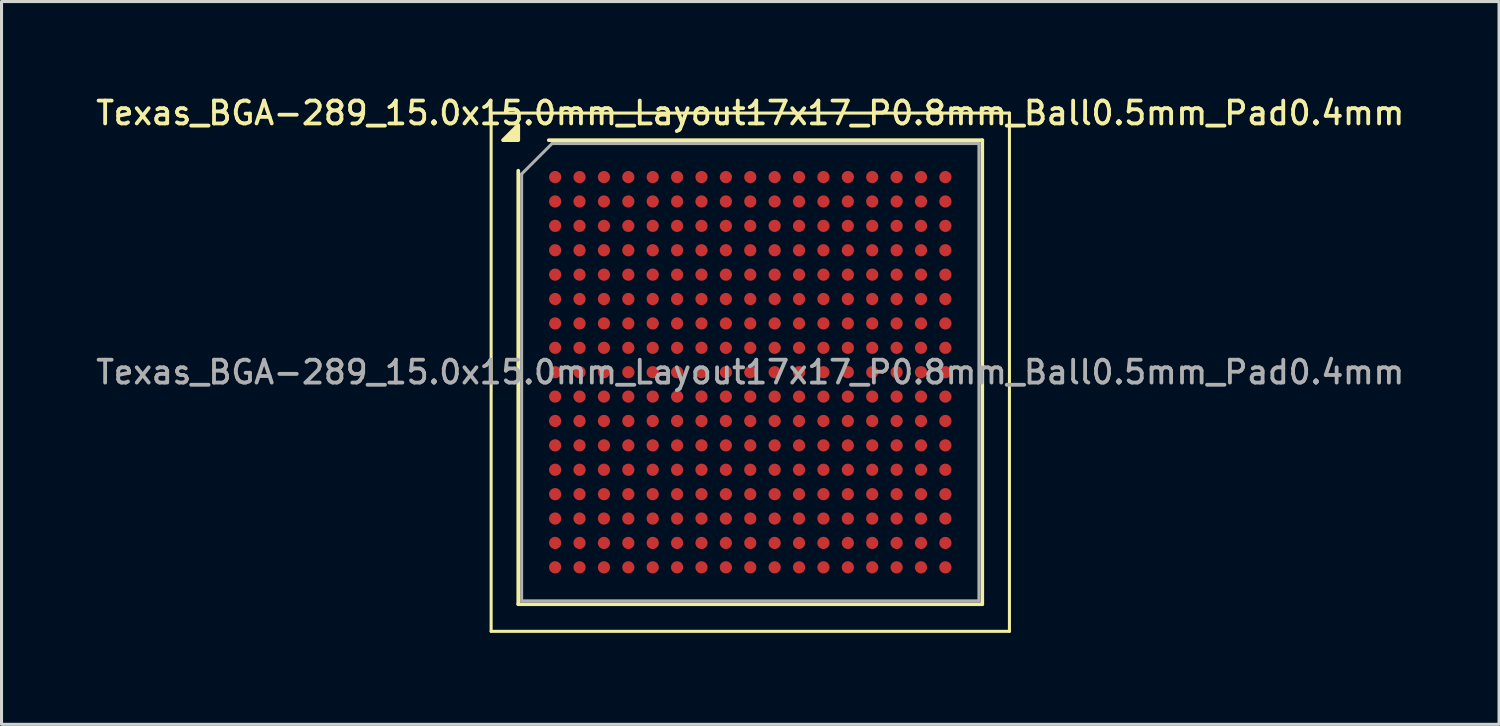
<source format=kicad_pcb>
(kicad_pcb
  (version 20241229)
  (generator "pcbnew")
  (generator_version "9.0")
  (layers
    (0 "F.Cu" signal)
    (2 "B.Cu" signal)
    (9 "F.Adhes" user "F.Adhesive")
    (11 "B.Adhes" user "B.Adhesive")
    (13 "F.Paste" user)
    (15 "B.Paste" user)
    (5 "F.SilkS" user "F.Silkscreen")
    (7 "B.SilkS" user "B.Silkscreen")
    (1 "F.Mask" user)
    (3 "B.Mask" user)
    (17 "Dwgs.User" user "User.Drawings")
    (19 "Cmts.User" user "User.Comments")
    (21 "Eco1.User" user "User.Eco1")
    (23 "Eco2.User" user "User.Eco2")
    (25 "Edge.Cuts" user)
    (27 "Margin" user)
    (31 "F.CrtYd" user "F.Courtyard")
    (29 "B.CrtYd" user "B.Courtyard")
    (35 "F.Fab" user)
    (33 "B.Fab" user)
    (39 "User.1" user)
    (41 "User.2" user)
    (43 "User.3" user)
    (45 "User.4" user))
  (footprint "Texas_BGA-289_15.0x15.0mm_Layout17x17_P0.8mm_Ball0.5mm_Pad0.4mm"
    (layer "F.Cu")
    (at 21.559 9.158)
    (property "Reference" "Texas_BGA-289_15.0x15.0mm_Layout17x17_P0.8mm_Ball0.5mm_Pad0.4mm" (at 0 -8.5 0) (layer "F.SilkS") (effects (font (size 0.75 0.75) (thickness 0.125))))
    (attr smd)
    (fp_line (start -8.5 -8.5) (end -8.5 8.5) (stroke (width 0.1) (type solid)) (layer "F.SilkS"))
    (fp_line (start -8.5 8.5) (end 8.5 8.5) (stroke (width 0.1) (type solid)) (layer "F.SilkS"))
    (fp_line (start -7.61 7.61) (end -7.61 -6.61) (stroke (width 0.12) (type solid)) (layer "F.SilkS"))
    (fp_line (start -6.61 -7.61) (end 7.61 -7.61) (stroke (width 0.12) (type solid)) (layer "F.SilkS"))
    (fp_line (start 7.61 -7.61) (end 7.61 7.61) (stroke (width 0.12) (type solid)) (layer "F.SilkS"))
    (fp_line (start 7.61 7.61) (end -7.61 7.61) (stroke (width 0.12) (type solid)) (layer "F.SilkS"))
    (fp_line (start 8.5 -8.5) (end -8.5 -8.5) (stroke (width 0.1) (type solid)) (layer "F.SilkS"))
    (fp_line (start 8.5 8.5) (end 8.5 -8.5) (stroke (width 0.1) (type solid)) (layer "F.SilkS"))
    (fp_poly (pts (xy -7.61 -7.61) (xy -8.11 -7.61) (xy -7.61 -8.11) (xy -7.61 -7.61)) (stroke (width 0.12) (type solid)) (fill yes) (layer "F.SilkS"))
    (fp_line (start -7.5 -6.5) (end -6.5 -7.5) (stroke (width 0.1) (type solid)) (layer "F.Fab"))
    (fp_line (start -7.5 7.5) (end -7.5 -6.5) (stroke (width 0.1) (type solid)) (layer "F.Fab"))
    (fp_line (start -6.5 -7.5) (end 7.5 -7.5) (stroke (width 0.1) (type solid)) (layer "F.Fab"))
    (fp_line (start 7.5 -7.5) (end 7.5 7.5) (stroke (width 0.1) (type solid)) (layer "F.Fab"))
    (fp_line (start 7.5 7.5) (end -7.5 7.5) (stroke (width 0.1) (type solid)) (layer "F.Fab"))
    (fp_text user "${REFERENCE}" (at 0 0 0) (layer "F.Fab") (effects (font (size 0.75 0.75) (thickness 0.125))))
    (pad "A1" smd circle (at -6.4 -6.4) (size 0.4 0.4) (property pad_prop_bga) (layers "F.Cu" "F.Mask" "F.Paste"))
    (pad "A2" smd circle (at -5.6 -6.4) (size 0.4 0.4) (property pad_prop_bga) (layers "F.Cu" "F.Mask" "F.Paste"))
    (pad "A3" smd circle (at -4.8 -6.4) (size 0.4 0.4) (property pad_prop_bga) (layers "F.Cu" "F.Mask" "F.Paste"))
    (pad "A4" smd circle (at -4 -6.4) (size 0.4 0.4) (property pad_prop_bga) (layers "F.Cu" "F.Mask" "F.Paste"))
    (pad "A5" smd circle (at -3.2 -6.4) (size 0.4 0.4) (property pad_prop_bga) (layers "F.Cu" "F.Mask" "F.Paste"))
    (pad "A6" smd circle (at -2.4 -6.4) (size 0.4 0.4) (property pad_prop_bga) (layers "F.Cu" "F.Mask" "F.Paste"))
    (pad "A7" smd circle (at -1.6 -6.4) (size 0.4 0.4) (property pad_prop_bga) (layers "F.Cu" "F.Mask" "F.Paste"))
    (pad "A8" smd circle (at -0.8 -6.4) (size 0.4 0.4) (property pad_prop_bga) (layers "F.Cu" "F.Mask" "F.Paste"))
    (pad "A9" smd circle (at 0 -6.4) (size 0.4 0.4) (property pad_prop_bga) (layers "F.Cu" "F.Mask" "F.Paste"))
    (pad "A10" smd circle (at 0.8 -6.4) (size 0.4 0.4) (property pad_prop_bga) (layers "F.Cu" "F.Mask" "F.Paste"))
    (pad "A11" smd circle (at 1.6 -6.4) (size 0.4 0.4) (property pad_prop_bga) (layers "F.Cu" "F.Mask" "F.Paste"))
    (pad "A12" smd circle (at 2.4 -6.4) (size 0.4 0.4) (property pad_prop_bga) (layers "F.Cu" "F.Mask" "F.Paste"))
    (pad "A13" smd circle (at 3.2 -6.4) (size 0.4 0.4) (property pad_prop_bga) (layers "F.Cu" "F.Mask" "F.Paste"))
    (pad "A14" smd circle (at 4 -6.4) (size 0.4 0.4) (property pad_prop_bga) (layers "F.Cu" "F.Mask" "F.Paste"))
    (pad "A15" smd circle (at 4.8 -6.4) (size 0.4 0.4) (property pad_prop_bga) (layers "F.Cu" "F.Mask" "F.Paste"))
    (pad "A16" smd circle (at 5.6 -6.4) (size 0.4 0.4) (property pad_prop_bga) (layers "F.Cu" "F.Mask" "F.Paste"))
    (pad "A17" smd circle (at 6.4 -6.4) (size 0.4 0.4) (property pad_prop_bga) (layers "F.Cu" "F.Mask" "F.Paste"))
    (pad "B1" smd circle (at -6.4 -5.6) (size 0.4 0.4) (property pad_prop_bga) (layers "F.Cu" "F.Mask" "F.Paste"))
    (pad "B2" smd circle (at -5.6 -5.6) (size 0.4 0.4) (property pad_prop_bga) (layers "F.Cu" "F.Mask" "F.Paste"))
    (pad "B3" smd circle (at -4.8 -5.6) (size 0.4 0.4) (property pad_prop_bga) (layers "F.Cu" "F.Mask" "F.Paste"))
    (pad "B4" smd circle (at -4 -5.6) (size 0.4 0.4) (property pad_prop_bga) (layers "F.Cu" "F.Mask" "F.Paste"))
    (pad "B5" smd circle (at -3.2 -5.6) (size 0.4 0.4) (property pad_prop_bga) (layers "F.Cu" "F.Mask" "F.Paste"))
    (pad "B6" smd circle (at -2.4 -5.6) (size 0.4 0.4) (property pad_prop_bga) (layers "F.Cu" "F.Mask" "F.Paste"))
    (pad "B7" smd circle (at -1.6 -5.6) (size 0.4 0.4) (property pad_prop_bga) (layers "F.Cu" "F.Mask" "F.Paste"))
    (pad "B8" smd circle (at -0.8 -5.6) (size 0.4 0.4) (property pad_prop_bga) (layers "F.Cu" "F.Mask" "F.Paste"))
    (pad "B9" smd circle (at 0 -5.6) (size 0.4 0.4) (property pad_prop_bga) (layers "F.Cu" "F.Mask" "F.Paste"))
    (pad "B10" smd circle (at 0.8 -5.6) (size 0.4 0.4) (property pad_prop_bga) (layers "F.Cu" "F.Mask" "F.Paste"))
    (pad "B11" smd circle (at 1.6 -5.6) (size 0.4 0.4) (property pad_prop_bga) (layers "F.Cu" "F.Mask" "F.Paste"))
    (pad "B12" smd circle (at 2.4 -5.6) (size 0.4 0.4) (property pad_prop_bga) (layers "F.Cu" "F.Mask" "F.Paste"))
    (pad "B13" smd circle (at 3.2 -5.6) (size 0.4 0.4) (property pad_prop_bga) (layers "F.Cu" "F.Mask" "F.Paste"))
    (pad "B14" smd circle (at 4 -5.6) (size 0.4 0.4) (property pad_prop_bga) (layers "F.Cu" "F.Mask" "F.Paste"))
    (pad "B15" smd circle (at 4.8 -5.6) (size 0.4 0.4) (property pad_prop_bga) (layers "F.Cu" "F.Mask" "F.Paste"))
    (pad "B16" smd circle (at 5.6 -5.6) (size 0.4 0.4) (property pad_prop_bga) (layers "F.Cu" "F.Mask" "F.Paste"))
    (pad "B17" smd circle (at 6.4 -5.6) (size 0.4 0.4) (property pad_prop_bga) (layers "F.Cu" "F.Mask" "F.Paste"))
    (pad "C1" smd circle (at -6.4 -4.8) (size 0.4 0.4) (property pad_prop_bga) (layers "F.Cu" "F.Mask" "F.Paste"))
    (pad "C2" smd circle (at -5.6 -4.8) (size 0.4 0.4) (property pad_prop_bga) (layers "F.Cu" "F.Mask" "F.Paste"))
    (pad "C3" smd circle (at -4.8 -4.8) (size 0.4 0.4) (property pad_prop_bga) (layers "F.Cu" "F.Mask" "F.Paste"))
    (pad "C4" smd circle (at -4 -4.8) (size 0.4 0.4) (property pad_prop_bga) (layers "F.Cu" "F.Mask" "F.Paste"))
    (pad "C5" smd circle (at -3.2 -4.8) (size 0.4 0.4) (property pad_prop_bga) (layers "F.Cu" "F.Mask" "F.Paste"))
    (pad "C6" smd circle (at -2.4 -4.8) (size 0.4 0.4) (property pad_prop_bga) (layers "F.Cu" "F.Mask" "F.Paste"))
    (pad "C7" smd circle (at -1.6 -4.8) (size 0.4 0.4) (property pad_prop_bga) (layers "F.Cu" "F.Mask" "F.Paste"))
    (pad "C8" smd circle (at -0.8 -4.8) (size 0.4 0.4) (property pad_prop_bga) (layers "F.Cu" "F.Mask" "F.Paste"))
    (pad "C9" smd circle (at 0 -4.8) (size 0.4 0.4) (property pad_prop_bga) (layers "F.Cu" "F.Mask" "F.Paste"))
    (pad "C10" smd circle (at 0.8 -4.8) (size 0.4 0.4) (property pad_prop_bga) (layers "F.Cu" "F.Mask" "F.Paste"))
    (pad "C11" smd circle (at 1.6 -4.8) (size 0.4 0.4) (property pad_prop_bga) (layers "F.Cu" "F.Mask" "F.Paste"))
    (pad "C12" smd circle (at 2.4 -4.8) (size 0.4 0.4) (property pad_prop_bga) (layers "F.Cu" "F.Mask" "F.Paste"))
    (pad "C13" smd circle (at 3.2 -4.8) (size 0.4 0.4) (property pad_prop_bga) (layers "F.Cu" "F.Mask" "F.Paste"))
    (pad "C14" smd circle (at 4 -4.8) (size 0.4 0.4) (property pad_prop_bga) (layers "F.Cu" "F.Mask" "F.Paste"))
    (pad "C15" smd circle (at 4.8 -4.8) (size 0.4 0.4) (property pad_prop_bga) (layers "F.Cu" "F.Mask" "F.Paste"))
    (pad "C16" smd circle (at 5.6 -4.8) (size 0.4 0.4) (property pad_prop_bga) (layers "F.Cu" "F.Mask" "F.Paste"))
    (pad "C17" smd circle (at 6.4 -4.8) (size 0.4 0.4) (property pad_prop_bga) (layers "F.Cu" "F.Mask" "F.Paste"))
    (pad "D1" smd circle (at -6.4 -4) (size 0.4 0.4) (property pad_prop_bga) (layers "F.Cu" "F.Mask" "F.Paste"))
    (pad "D2" smd circle (at -5.6 -4) (size 0.4 0.4) (property pad_prop_bga) (layers "F.Cu" "F.Mask" "F.Paste"))
    (pad "D3" smd circle (at -4.8 -4) (size 0.4 0.4) (property pad_prop_bga) (layers "F.Cu" "F.Mask" "F.Paste"))
    (pad "D4" smd circle (at -4 -4) (size 0.4 0.4) (property pad_prop_bga) (layers "F.Cu" "F.Mask" "F.Paste"))
    (pad "D5" smd circle (at -3.2 -4) (size 0.4 0.4) (property pad_prop_bga) (layers "F.Cu" "F.Mask" "F.Paste"))
    (pad "D6" smd circle (at -2.4 -4) (size 0.4 0.4) (property pad_prop_bga) (layers "F.Cu" "F.Mask" "F.Paste"))
    (pad "D7" smd circle (at -1.6 -4) (size 0.4 0.4) (property pad_prop_bga) (layers "F.Cu" "F.Mask" "F.Paste"))
    (pad "D8" smd circle (at -0.8 -4) (size 0.4 0.4) (property pad_prop_bga) (layers "F.Cu" "F.Mask" "F.Paste"))
    (pad "D9" smd circle (at 0 -4) (size 0.4 0.4) (property pad_prop_bga) (layers "F.Cu" "F.Mask" "F.Paste"))
    (pad "D10" smd circle (at 0.8 -4) (size 0.4 0.4) (property pad_prop_bga) (layers "F.Cu" "F.Mask" "F.Paste"))
    (pad "D11" smd circle (at 1.6 -4) (size 0.4 0.4) (property pad_prop_bga) (layers "F.Cu" "F.Mask" "F.Paste"))
    (pad "D12" smd circle (at 2.4 -4) (size 0.4 0.4) (property pad_prop_bga) (layers "F.Cu" "F.Mask" "F.Paste"))
    (pad "D13" smd circle (at 3.2 -4) (size 0.4 0.4) (property pad_prop_bga) (layers "F.Cu" "F.Mask" "F.Paste"))
    (pad "D14" smd circle (at 4 -4) (size 0.4 0.4) (property pad_prop_bga) (layers "F.Cu" "F.Mask" "F.Paste"))
    (pad "D15" smd circle (at 4.8 -4) (size 0.4 0.4) (property pad_prop_bga) (layers "F.Cu" "F.Mask" "F.Paste"))
    (pad "D16" smd circle (at 5.6 -4) (size 0.4 0.4) (property pad_prop_bga) (layers "F.Cu" "F.Mask" "F.Paste"))
    (pad "D17" smd circle (at 6.4 -4) (size 0.4 0.4) (property pad_prop_bga) (layers "F.Cu" "F.Mask" "F.Paste"))
    (pad "E1" smd circle (at -6.4 -3.2) (size 0.4 0.4) (property pad_prop_bga) (layers "F.Cu" "F.Mask" "F.Paste"))
    (pad "E2" smd circle (at -5.6 -3.2) (size 0.4 0.4) (property pad_prop_bga) (layers "F.Cu" "F.Mask" "F.Paste"))
    (pad "E3" smd circle (at -4.8 -3.2) (size 0.4 0.4) (property pad_prop_bga) (layers "F.Cu" "F.Mask" "F.Paste"))
    (pad "E4" smd circle (at -4 -3.2) (size 0.4 0.4) (property pad_prop_bga) (layers "F.Cu" "F.Mask" "F.Paste"))
    (pad "E5" smd circle (at -3.2 -3.2) (size 0.4 0.4) (property pad_prop_bga) (layers "F.Cu" "F.Mask" "F.Paste"))
    (pad "E6" smd circle (at -2.4 -3.2) (size 0.4 0.4) (property pad_prop_bga) (layers "F.Cu" "F.Mask" "F.Paste"))
    (pad "E7" smd circle (at -1.6 -3.2) (size 0.4 0.4) (property pad_prop_bga) (layers "F.Cu" "F.Mask" "F.Paste"))
    (pad "E8" smd circle (at -0.8 -3.2) (size 0.4 0.4) (property pad_prop_bga) (layers "F.Cu" "F.Mask" "F.Paste"))
    (pad "E9" smd circle (at 0 -3.2) (size 0.4 0.4) (property pad_prop_bga) (layers "F.Cu" "F.Mask" "F.Paste"))
    (pad "E10" smd circle (at 0.8 -3.2) (size 0.4 0.4) (property pad_prop_bga) (layers "F.Cu" "F.Mask" "F.Paste"))
    (pad "E11" smd circle (at 1.6 -3.2) (size 0.4 0.4) (property pad_prop_bga) (layers "F.Cu" "F.Mask" "F.Paste"))
    (pad "E12" smd circle (at 2.4 -3.2) (size 0.4 0.4) (property pad_prop_bga) (layers "F.Cu" "F.Mask" "F.Paste"))
    (pad "E13" smd circle (at 3.2 -3.2) (size 0.4 0.4) (property pad_prop_bga) (layers "F.Cu" "F.Mask" "F.Paste"))
    (pad "E14" smd circle (at 4 -3.2) (size 0.4 0.4) (property pad_prop_bga) (layers "F.Cu" "F.Mask" "F.Paste"))
    (pad "E15" smd circle (at 4.8 -3.2) (size 0.4 0.4) (property pad_prop_bga) (layers "F.Cu" "F.Mask" "F.Paste"))
    (pad "E16" smd circle (at 5.6 -3.2) (size 0.4 0.4) (property pad_prop_bga) (layers "F.Cu" "F.Mask" "F.Paste"))
    (pad "E17" smd circle (at 6.4 -3.2) (size 0.4 0.4) (property pad_prop_bga) (layers "F.Cu" "F.Mask" "F.Paste"))
    (pad "F1" smd circle (at -6.4 -2.4) (size 0.4 0.4) (property pad_prop_bga) (layers "F.Cu" "F.Mask" "F.Paste"))
    (pad "F2" smd circle (at -5.6 -2.4) (size 0.4 0.4) (property pad_prop_bga) (layers "F.Cu" "F.Mask" "F.Paste"))
    (pad "F3" smd circle (at -4.8 -2.4) (size 0.4 0.4) (property pad_prop_bga) (layers "F.Cu" "F.Mask" "F.Paste"))
    (pad "F4" smd circle (at -4 -2.4) (size 0.4 0.4) (property pad_prop_bga) (layers "F.Cu" "F.Mask" "F.Paste"))
    (pad "F5" smd circle (at -3.2 -2.4) (size 0.4 0.4) (property pad_prop_bga) (layers "F.Cu" "F.Mask" "F.Paste"))
    (pad "F6" smd circle (at -2.4 -2.4) (size 0.4 0.4) (property pad_prop_bga) (layers "F.Cu" "F.Mask" "F.Paste"))
    (pad "F7" smd circle (at -1.6 -2.4) (size 0.4 0.4) (property pad_prop_bga) (layers "F.Cu" "F.Mask" "F.Paste"))
    (pad "F8" smd circle (at -0.8 -2.4) (size 0.4 0.4) (property pad_prop_bga) (layers "F.Cu" "F.Mask" "F.Paste"))
    (pad "F9" smd circle (at 0 -2.4) (size 0.4 0.4) (property pad_prop_bga) (layers "F.Cu" "F.Mask" "F.Paste"))
    (pad "F10" smd circle (at 0.8 -2.4) (size 0.4 0.4) (property pad_prop_bga) (layers "F.Cu" "F.Mask" "F.Paste"))
    (pad "F11" smd circle (at 1.6 -2.4) (size 0.4 0.4) (property pad_prop_bga) (layers "F.Cu" "F.Mask" "F.Paste"))
    (pad "F12" smd circle (at 2.4 -2.4) (size 0.4 0.4) (property pad_prop_bga) (layers "F.Cu" "F.Mask" "F.Paste"))
    (pad "F13" smd circle (at 3.2 -2.4) (size 0.4 0.4) (property pad_prop_bga) (layers "F.Cu" "F.Mask" "F.Paste"))
    (pad "F14" smd circle (at 4 -2.4) (size 0.4 0.4) (property pad_prop_bga) (layers "F.Cu" "F.Mask" "F.Paste"))
    (pad "F15" smd circle (at 4.8 -2.4) (size 0.4 0.4) (property pad_prop_bga) (layers "F.Cu" "F.Mask" "F.Paste"))
    (pad "F16" smd circle (at 5.6 -2.4) (size 0.4 0.4) (property pad_prop_bga) (layers "F.Cu" "F.Mask" "F.Paste"))
    (pad "F17" smd circle (at 6.4 -2.4) (size 0.4 0.4) (property pad_prop_bga) (layers "F.Cu" "F.Mask" "F.Paste"))
    (pad "G1" smd circle (at -6.4 -1.6) (size 0.4 0.4) (property pad_prop_bga) (layers "F.Cu" "F.Mask" "F.Paste"))
    (pad "G2" smd circle (at -5.6 -1.6) (size 0.4 0.4) (property pad_prop_bga) (layers "F.Cu" "F.Mask" "F.Paste"))
    (pad "G3" smd circle (at -4.8 -1.6) (size 0.4 0.4) (property pad_prop_bga) (layers "F.Cu" "F.Mask" "F.Paste"))
    (pad "G4" smd circle (at -4 -1.6) (size 0.4 0.4) (property pad_prop_bga) (layers "F.Cu" "F.Mask" "F.Paste"))
    (pad "G5" smd circle (at -3.2 -1.6) (size 0.4 0.4) (property pad_prop_bga) (layers "F.Cu" "F.Mask" "F.Paste"))
    (pad "G6" smd circle (at -2.4 -1.6) (size 0.4 0.4) (property pad_prop_bga) (layers "F.Cu" "F.Mask" "F.Paste"))
    (pad "G7" smd circle (at -1.6 -1.6) (size 0.4 0.4) (property pad_prop_bga) (layers "F.Cu" "F.Mask" "F.Paste"))
    (pad "G8" smd circle (at -0.8 -1.6) (size 0.4 0.4) (property pad_prop_bga) (layers "F.Cu" "F.Mask" "F.Paste"))
    (pad "G9" smd circle (at 0 -1.6) (size 0.4 0.4) (property pad_prop_bga) (layers "F.Cu" "F.Mask" "F.Paste"))
    (pad "G10" smd circle (at 0.8 -1.6) (size 0.4 0.4) (property pad_prop_bga) (layers "F.Cu" "F.Mask" "F.Paste"))
    (pad "G11" smd circle (at 1.6 -1.6) (size 0.4 0.4) (property pad_prop_bga) (layers "F.Cu" "F.Mask" "F.Paste"))
    (pad "G12" smd circle (at 2.4 -1.6) (size 0.4 0.4) (property pad_prop_bga) (layers "F.Cu" "F.Mask" "F.Paste"))
    (pad "G13" smd circle (at 3.2 -1.6) (size 0.4 0.4) (property pad_prop_bga) (layers "F.Cu" "F.Mask" "F.Paste"))
    (pad "G14" smd circle (at 4 -1.6) (size 0.4 0.4) (property pad_prop_bga) (layers "F.Cu" "F.Mask" "F.Paste"))
    (pad "G15" smd circle (at 4.8 -1.6) (size 0.4 0.4) (property pad_prop_bga) (layers "F.Cu" "F.Mask" "F.Paste"))
    (pad "G16" smd circle (at 5.6 -1.6) (size 0.4 0.4) (property pad_prop_bga) (layers "F.Cu" "F.Mask" "F.Paste"))
    (pad "G17" smd circle (at 6.4 -1.6) (size 0.4 0.4) (property pad_prop_bga) (layers "F.Cu" "F.Mask" "F.Paste"))
    (pad "H1" smd circle (at -6.4 -0.8) (size 0.4 0.4) (property pad_prop_bga) (layers "F.Cu" "F.Mask" "F.Paste"))
    (pad "H2" smd circle (at -5.6 -0.8) (size 0.4 0.4) (property pad_prop_bga) (layers "F.Cu" "F.Mask" "F.Paste"))
    (pad "H3" smd circle (at -4.8 -0.8) (size 0.4 0.4) (property pad_prop_bga) (layers "F.Cu" "F.Mask" "F.Paste"))
    (pad "H4" smd circle (at -4 -0.8) (size 0.4 0.4) (property pad_prop_bga) (layers "F.Cu" "F.Mask" "F.Paste"))
    (pad "H5" smd circle (at -3.2 -0.8) (size 0.4 0.4) (property pad_prop_bga) (layers "F.Cu" "F.Mask" "F.Paste"))
    (pad "H6" smd circle (at -2.4 -0.8) (size 0.4 0.4) (property pad_prop_bga) (layers "F.Cu" "F.Mask" "F.Paste"))
    (pad "H7" smd circle (at -1.6 -0.8) (size 0.4 0.4) (property pad_prop_bga) (layers "F.Cu" "F.Mask" "F.Paste"))
    (pad "H8" smd circle (at -0.8 -0.8) (size 0.4 0.4) (property pad_prop_bga) (layers "F.Cu" "F.Mask" "F.Paste"))
    (pad "H9" smd circle (at 0 -0.8) (size 0.4 0.4) (property pad_prop_bga) (layers "F.Cu" "F.Mask" "F.Paste"))
    (pad "H10" smd circle (at 0.8 -0.8) (size 0.4 0.4) (property pad_prop_bga) (layers "F.Cu" "F.Mask" "F.Paste"))
    (pad "H11" smd circle (at 1.6 -0.8) (size 0.4 0.4) (property pad_prop_bga) (layers "F.Cu" "F.Mask" "F.Paste"))
    (pad "H12" smd circle (at 2.4 -0.8) (size 0.4 0.4) (property pad_prop_bga) (layers "F.Cu" "F.Mask" "F.Paste"))
    (pad "H13" smd circle (at 3.2 -0.8) (size 0.4 0.4) (property pad_prop_bga) (layers "F.Cu" "F.Mask" "F.Paste"))
    (pad "H14" smd circle (at 4 -0.8) (size 0.4 0.4) (property pad_prop_bga) (layers "F.Cu" "F.Mask" "F.Paste"))
    (pad "H15" smd circle (at 4.8 -0.8) (size 0.4 0.4) (property pad_prop_bga) (layers "F.Cu" "F.Mask" "F.Paste"))
    (pad "H16" smd circle (at 5.6 -0.8) (size 0.4 0.4) (property pad_prop_bga) (layers "F.Cu" "F.Mask" "F.Paste"))
    (pad "H17" smd circle (at 6.4 -0.8) (size 0.4 0.4) (property pad_prop_bga) (layers "F.Cu" "F.Mask" "F.Paste"))
    (pad "J1" smd circle (at -6.4 0) (size 0.4 0.4) (property pad_prop_bga) (layers "F.Cu" "F.Mask" "F.Paste"))
    (pad "J2" smd circle (at -5.6 0) (size 0.4 0.4) (property pad_prop_bga) (layers "F.Cu" "F.Mask" "F.Paste"))
    (pad "J3" smd circle (at -4.8 0) (size 0.4 0.4) (property pad_prop_bga) (layers "F.Cu" "F.Mask" "F.Paste"))
    (pad "J4" smd circle (at -4 0) (size 0.4 0.4) (property pad_prop_bga) (layers "F.Cu" "F.Mask" "F.Paste"))
    (pad "J5" smd circle (at -3.2 0) (size 0.4 0.4) (property pad_prop_bga) (layers "F.Cu" "F.Mask" "F.Paste"))
    (pad "J6" smd circle (at -2.4 0) (size 0.4 0.4) (property pad_prop_bga) (layers "F.Cu" "F.Mask" "F.Paste"))
    (pad "J7" smd circle (at -1.6 0) (size 0.4 0.4) (property pad_prop_bga) (layers "F.Cu" "F.Mask" "F.Paste"))
    (pad "J8" smd circle (at -0.8 0) (size 0.4 0.4) (property pad_prop_bga) (layers "F.Cu" "F.Mask" "F.Paste"))
    (pad "J9" smd circle (at 0 0) (size 0.4 0.4) (property pad_prop_bga) (layers "F.Cu" "F.Mask" "F.Paste"))
    (pad "J10" smd circle (at 0.8 0) (size 0.4 0.4) (property pad_prop_bga) (layers "F.Cu" "F.Mask" "F.Paste"))
    (pad "J11" smd circle (at 1.6 0) (size 0.4 0.4) (property pad_prop_bga) (layers "F.Cu" "F.Mask" "F.Paste"))
    (pad "J12" smd circle (at 2.4 0) (size 0.4 0.4) (property pad_prop_bga) (layers "F.Cu" "F.Mask" "F.Paste"))
    (pad "J13" smd circle (at 3.2 0) (size 0.4 0.4) (property pad_prop_bga) (layers "F.Cu" "F.Mask" "F.Paste"))
    (pad "J14" smd circle (at 4 0) (size 0.4 0.4) (property pad_prop_bga) (layers "F.Cu" "F.Mask" "F.Paste"))
    (pad "J15" smd circle (at 4.8 0) (size 0.4 0.4) (property pad_prop_bga) (layers "F.Cu" "F.Mask" "F.Paste"))
    (pad "J16" smd circle (at 5.6 0) (size 0.4 0.4) (property pad_prop_bga) (layers "F.Cu" "F.Mask" "F.Paste"))
    (pad "J17" smd circle (at 6.4 0) (size 0.4 0.4) (property pad_prop_bga) (layers "F.Cu" "F.Mask" "F.Paste"))
    (pad "K1" smd circle (at -6.4 0.8) (size 0.4 0.4) (property pad_prop_bga) (layers "F.Cu" "F.Mask" "F.Paste"))
    (pad "K2" smd circle (at -5.6 0.8) (size 0.4 0.4) (property pad_prop_bga) (layers "F.Cu" "F.Mask" "F.Paste"))
    (pad "K3" smd circle (at -4.8 0.8) (size 0.4 0.4) (property pad_prop_bga) (layers "F.Cu" "F.Mask" "F.Paste"))
    (pad "K4" smd circle (at -4 0.8) (size 0.4 0.4) (property pad_prop_bga) (layers "F.Cu" "F.Mask" "F.Paste"))
    (pad "K5" smd circle (at -3.2 0.8) (size 0.4 0.4) (property pad_prop_bga) (layers "F.Cu" "F.Mask" "F.Paste"))
    (pad "K6" smd circle (at -2.4 0.8) (size 0.4 0.4) (property pad_prop_bga) (layers "F.Cu" "F.Mask" "F.Paste"))
    (pad "K7" smd circle (at -1.6 0.8) (size 0.4 0.4) (property pad_prop_bga) (layers "F.Cu" "F.Mask" "F.Paste"))
    (pad "K8" smd circle (at -0.8 0.8) (size 0.4 0.4) (property pad_prop_bga) (layers "F.Cu" "F.Mask" "F.Paste"))
    (pad "K9" smd circle (at 0 0.8) (size 0.4 0.4) (property pad_prop_bga) (layers "F.Cu" "F.Mask" "F.Paste"))
    (pad "K10" smd circle (at 0.8 0.8) (size 0.4 0.4) (property pad_prop_bga) (layers "F.Cu" "F.Mask" "F.Paste"))
    (pad "K11" smd circle (at 1.6 0.8) (size 0.4 0.4) (property pad_prop_bga) (layers "F.Cu" "F.Mask" "F.Paste"))
    (pad "K12" smd circle (at 2.4 0.8) (size 0.4 0.4) (property pad_prop_bga) (layers "F.Cu" "F.Mask" "F.Paste"))
    (pad "K13" smd circle (at 3.2 0.8) (size 0.4 0.4) (property pad_prop_bga) (layers "F.Cu" "F.Mask" "F.Paste"))
    (pad "K14" smd circle (at 4 0.8) (size 0.4 0.4) (property pad_prop_bga) (layers "F.Cu" "F.Mask" "F.Paste"))
    (pad "K15" smd circle (at 4.8 0.8) (size 0.4 0.4) (property pad_prop_bga) (layers "F.Cu" "F.Mask" "F.Paste"))
    (pad "K16" smd circle (at 5.6 0.8) (size 0.4 0.4) (property pad_prop_bga) (layers "F.Cu" "F.Mask" "F.Paste"))
    (pad "K17" smd circle (at 6.4 0.8) (size 0.4 0.4) (property pad_prop_bga) (layers "F.Cu" "F.Mask" "F.Paste"))
    (pad "L1" smd circle (at -6.4 1.6) (size 0.4 0.4) (property pad_prop_bga) (layers "F.Cu" "F.Mask" "F.Paste"))
    (pad "L2" smd circle (at -5.6 1.6) (size 0.4 0.4) (property pad_prop_bga) (layers "F.Cu" "F.Mask" "F.Paste"))
    (pad "L3" smd circle (at -4.8 1.6) (size 0.4 0.4) (property pad_prop_bga) (layers "F.Cu" "F.Mask" "F.Paste"))
    (pad "L4" smd circle (at -4 1.6) (size 0.4 0.4) (property pad_prop_bga) (layers "F.Cu" "F.Mask" "F.Paste"))
    (pad "L5" smd circle (at -3.2 1.6) (size 0.4 0.4) (property pad_prop_bga) (layers "F.Cu" "F.Mask" "F.Paste"))
    (pad "L6" smd circle (at -2.4 1.6) (size 0.4 0.4) (property pad_prop_bga) (layers "F.Cu" "F.Mask" "F.Paste"))
    (pad "L7" smd circle (at -1.6 1.6) (size 0.4 0.4) (property pad_prop_bga) (layers "F.Cu" "F.Mask" "F.Paste"))
    (pad "L8" smd circle (at -0.8 1.6) (size 0.4 0.4) (property pad_prop_bga) (layers "F.Cu" "F.Mask" "F.Paste"))
    (pad "L9" smd circle (at 0 1.6) (size 0.4 0.4) (property pad_prop_bga) (layers "F.Cu" "F.Mask" "F.Paste"))
    (pad "L10" smd circle (at 0.8 1.6) (size 0.4 0.4) (property pad_prop_bga) (layers "F.Cu" "F.Mask" "F.Paste"))
    (pad "L11" smd circle (at 1.6 1.6) (size 0.4 0.4) (property pad_prop_bga) (layers "F.Cu" "F.Mask" "F.Paste"))
    (pad "L12" smd circle (at 2.4 1.6) (size 0.4 0.4) (property pad_prop_bga) (layers "F.Cu" "F.Mask" "F.Paste"))
    (pad "L13" smd circle (at 3.2 1.6) (size 0.4 0.4) (property pad_prop_bga) (layers "F.Cu" "F.Mask" "F.Paste"))
    (pad "L14" smd circle (at 4 1.6) (size 0.4 0.4) (property pad_prop_bga) (layers "F.Cu" "F.Mask" "F.Paste"))
    (pad "L15" smd circle (at 4.8 1.6) (size 0.4 0.4) (property pad_prop_bga) (layers "F.Cu" "F.Mask" "F.Paste"))
    (pad "L16" smd circle (at 5.6 1.6) (size 0.4 0.4) (property pad_prop_bga) (layers "F.Cu" "F.Mask" "F.Paste"))
    (pad "L17" smd circle (at 6.4 1.6) (size 0.4 0.4) (property pad_prop_bga) (layers "F.Cu" "F.Mask" "F.Paste"))
    (pad "M1" smd circle (at -6.4 2.4) (size 0.4 0.4) (property pad_prop_bga) (layers "F.Cu" "F.Mask" "F.Paste"))
    (pad "M2" smd circle (at -5.6 2.4) (size 0.4 0.4) (property pad_prop_bga) (layers "F.Cu" "F.Mask" "F.Paste"))
    (pad "M3" smd circle (at -4.8 2.4) (size 0.4 0.4) (property pad_prop_bga) (layers "F.Cu" "F.Mask" "F.Paste"))
    (pad "M4" smd circle (at -4 2.4) (size 0.4 0.4) (property pad_prop_bga) (layers "F.Cu" "F.Mask" "F.Paste"))
    (pad "M5" smd circle (at -3.2 2.4) (size 0.4 0.4) (property pad_prop_bga) (layers "F.Cu" "F.Mask" "F.Paste"))
    (pad "M6" smd circle (at -2.4 2.4) (size 0.4 0.4) (property pad_prop_bga) (layers "F.Cu" "F.Mask" "F.Paste"))
    (pad "M7" smd circle (at -1.6 2.4) (size 0.4 0.4) (property pad_prop_bga) (layers "F.Cu" "F.Mask" "F.Paste"))
    (pad "M8" smd circle (at -0.8 2.4) (size 0.4 0.4) (property pad_prop_bga) (layers "F.Cu" "F.Mask" "F.Paste"))
    (pad "M9" smd circle (at 0 2.4) (size 0.4 0.4) (property pad_prop_bga) (layers "F.Cu" "F.Mask" "F.Paste"))
    (pad "M10" smd circle (at 0.8 2.4) (size 0.4 0.4) (property pad_prop_bga) (layers "F.Cu" "F.Mask" "F.Paste"))
    (pad "M11" smd circle (at 1.6 2.4) (size 0.4 0.4) (property pad_prop_bga) (layers "F.Cu" "F.Mask" "F.Paste"))
    (pad "M12" smd circle (at 2.4 2.4) (size 0.4 0.4) (property pad_prop_bga) (layers "F.Cu" "F.Mask" "F.Paste"))
    (pad "M13" smd circle (at 3.2 2.4) (size 0.4 0.4) (property pad_prop_bga) (layers "F.Cu" "F.Mask" "F.Paste"))
    (pad "M14" smd circle (at 4 2.4) (size 0.4 0.4) (property pad_prop_bga) (layers "F.Cu" "F.Mask" "F.Paste"))
    (pad "M15" smd circle (at 4.8 2.4) (size 0.4 0.4) (property pad_prop_bga) (layers "F.Cu" "F.Mask" "F.Paste"))
    (pad "M16" smd circle (at 5.6 2.4) (size 0.4 0.4) (property pad_prop_bga) (layers "F.Cu" "F.Mask" "F.Paste"))
    (pad "M17" smd circle (at 6.4 2.4) (size 0.4 0.4) (property pad_prop_bga) (layers "F.Cu" "F.Mask" "F.Paste"))
    (pad "N1" smd circle (at -6.4 3.2) (size 0.4 0.4) (property pad_prop_bga) (layers "F.Cu" "F.Mask" "F.Paste"))
    (pad "N2" smd circle (at -5.6 3.2) (size 0.4 0.4) (property pad_prop_bga) (layers "F.Cu" "F.Mask" "F.Paste"))
    (pad "N3" smd circle (at -4.8 3.2) (size 0.4 0.4) (property pad_prop_bga) (layers "F.Cu" "F.Mask" "F.Paste"))
    (pad "N4" smd circle (at -4 3.2) (size 0.4 0.4) (property pad_prop_bga) (layers "F.Cu" "F.Mask" "F.Paste"))
    (pad "N5" smd circle (at -3.2 3.2) (size 0.4 0.4) (property pad_prop_bga) (layers "F.Cu" "F.Mask" "F.Paste"))
    (pad "N6" smd circle (at -2.4 3.2) (size 0.4 0.4) (property pad_prop_bga) (layers "F.Cu" "F.Mask" "F.Paste"))
    (pad "N7" smd circle (at -1.6 3.2) (size 0.4 0.4) (property pad_prop_bga) (layers "F.Cu" "F.Mask" "F.Paste"))
    (pad "N8" smd circle (at -0.8 3.2) (size 0.4 0.4) (property pad_prop_bga) (layers "F.Cu" "F.Mask" "F.Paste"))
    (pad "N9" smd circle (at 0 3.2) (size 0.4 0.4) (property pad_prop_bga) (layers "F.Cu" "F.Mask" "F.Paste"))
    (pad "N10" smd circle (at 0.8 3.2) (size 0.4 0.4) (property pad_prop_bga) (layers "F.Cu" "F.Mask" "F.Paste"))
    (pad "N11" smd circle (at 1.6 3.2) (size 0.4 0.4) (property pad_prop_bga) (layers "F.Cu" "F.Mask" "F.Paste"))
    (pad "N12" smd circle (at 2.4 3.2) (size 0.4 0.4) (property pad_prop_bga) (layers "F.Cu" "F.Mask" "F.Paste"))
    (pad "N13" smd circle (at 3.2 3.2) (size 0.4 0.4) (property pad_prop_bga) (layers "F.Cu" "F.Mask" "F.Paste"))
    (pad "N14" smd circle (at 4 3.2) (size 0.4 0.4) (property pad_prop_bga) (layers "F.Cu" "F.Mask" "F.Paste"))
    (pad "N15" smd circle (at 4.8 3.2) (size 0.4 0.4) (property pad_prop_bga) (layers "F.Cu" "F.Mask" "F.Paste"))
    (pad "N16" smd circle (at 5.6 3.2) (size 0.4 0.4) (property pad_prop_bga) (layers "F.Cu" "F.Mask" "F.Paste"))
    (pad "N17" smd circle (at 6.4 3.2) (size 0.4 0.4) (property pad_prop_bga) (layers "F.Cu" "F.Mask" "F.Paste"))
    (pad "P1" smd circle (at -6.4 4) (size 0.4 0.4) (property pad_prop_bga) (layers "F.Cu" "F.Mask" "F.Paste"))
    (pad "P2" smd circle (at -5.6 4) (size 0.4 0.4) (property pad_prop_bga) (layers "F.Cu" "F.Mask" "F.Paste"))
    (pad "P3" smd circle (at -4.8 4) (size 0.4 0.4) (property pad_prop_bga) (layers "F.Cu" "F.Mask" "F.Paste"))
    (pad "P4" smd circle (at -4 4) (size 0.4 0.4) (property pad_prop_bga) (layers "F.Cu" "F.Mask" "F.Paste"))
    (pad "P5" smd circle (at -3.2 4) (size 0.4 0.4) (property pad_prop_bga) (layers "F.Cu" "F.Mask" "F.Paste"))
    (pad "P6" smd circle (at -2.4 4) (size 0.4 0.4) (property pad_prop_bga) (layers "F.Cu" "F.Mask" "F.Paste"))
    (pad "P7" smd circle (at -1.6 4) (size 0.4 0.4) (property pad_prop_bga) (layers "F.Cu" "F.Mask" "F.Paste"))
    (pad "P8" smd circle (at -0.8 4) (size 0.4 0.4) (property pad_prop_bga) (layers "F.Cu" "F.Mask" "F.Paste"))
    (pad "P9" smd circle (at 0 4) (size 0.4 0.4) (property pad_prop_bga) (layers "F.Cu" "F.Mask" "F.Paste"))
    (pad "P10" smd circle (at 0.8 4) (size 0.4 0.4) (property pad_prop_bga) (layers "F.Cu" "F.Mask" "F.Paste"))
    (pad "P11" smd circle (at 1.6 4) (size 0.4 0.4) (property pad_prop_bga) (layers "F.Cu" "F.Mask" "F.Paste"))
    (pad "P12" smd circle (at 2.4 4) (size 0.4 0.4) (property pad_prop_bga) (layers "F.Cu" "F.Mask" "F.Paste"))
    (pad "P13" smd circle (at 3.2 4) (size 0.4 0.4) (property pad_prop_bga) (layers "F.Cu" "F.Mask" "F.Paste"))
    (pad "P14" smd circle (at 4 4) (size 0.4 0.4) (property pad_prop_bga) (layers "F.Cu" "F.Mask" "F.Paste"))
    (pad "P15" smd circle (at 4.8 4) (size 0.4 0.4) (property pad_prop_bga) (layers "F.Cu" "F.Mask" "F.Paste"))
    (pad "P16" smd circle (at 5.6 4) (size 0.4 0.4) (property pad_prop_bga) (layers "F.Cu" "F.Mask" "F.Paste"))
    (pad "P17" smd circle (at 6.4 4) (size 0.4 0.4) (property pad_prop_bga) (layers "F.Cu" "F.Mask" "F.Paste"))
    (pad "R1" smd circle (at -6.4 4.8) (size 0.4 0.4) (property pad_prop_bga) (layers "F.Cu" "F.Mask" "F.Paste"))
    (pad "R2" smd circle (at -5.6 4.8) (size 0.4 0.4) (property pad_prop_bga) (layers "F.Cu" "F.Mask" "F.Paste"))
    (pad "R3" smd circle (at -4.8 4.8) (size 0.4 0.4) (property pad_prop_bga) (layers "F.Cu" "F.Mask" "F.Paste"))
    (pad "R4" smd circle (at -4 4.8) (size 0.4 0.4) (property pad_prop_bga) (layers "F.Cu" "F.Mask" "F.Paste"))
    (pad "R5" smd circle (at -3.2 4.8) (size 0.4 0.4) (property pad_prop_bga) (layers "F.Cu" "F.Mask" "F.Paste"))
    (pad "R6" smd circle (at -2.4 4.8) (size 0.4 0.4) (property pad_prop_bga) (layers "F.Cu" "F.Mask" "F.Paste"))
    (pad "R7" smd circle (at -1.6 4.8) (size 0.4 0.4) (property pad_prop_bga) (layers "F.Cu" "F.Mask" "F.Paste"))
    (pad "R8" smd circle (at -0.8 4.8) (size 0.4 0.4) (property pad_prop_bga) (layers "F.Cu" "F.Mask" "F.Paste"))
    (pad "R9" smd circle (at 0 4.8) (size 0.4 0.4) (property pad_prop_bga) (layers "F.Cu" "F.Mask" "F.Paste"))
    (pad "R10" smd circle (at 0.8 4.8) (size 0.4 0.4) (property pad_prop_bga) (layers "F.Cu" "F.Mask" "F.Paste"))
    (pad "R11" smd circle (at 1.6 4.8) (size 0.4 0.4) (property pad_prop_bga) (layers "F.Cu" "F.Mask" "F.Paste"))
    (pad "R12" smd circle (at 2.4 4.8) (size 0.4 0.4) (property pad_prop_bga) (layers "F.Cu" "F.Mask" "F.Paste"))
    (pad "R13" smd circle (at 3.2 4.8) (size 0.4 0.4) (property pad_prop_bga) (layers "F.Cu" "F.Mask" "F.Paste"))
    (pad "R14" smd circle (at 4 4.8) (size 0.4 0.4) (property pad_prop_bga) (layers "F.Cu" "F.Mask" "F.Paste"))
    (pad "R15" smd circle (at 4.8 4.8) (size 0.4 0.4) (property pad_prop_bga) (layers "F.Cu" "F.Mask" "F.Paste"))
    (pad "R16" smd circle (at 5.6 4.8) (size 0.4 0.4) (property pad_prop_bga) (layers "F.Cu" "F.Mask" "F.Paste"))
    (pad "R17" smd circle (at 6.4 4.8) (size 0.4 0.4) (property pad_prop_bga) (layers "F.Cu" "F.Mask" "F.Paste"))
    (pad "T1" smd circle (at -6.4 5.6) (size 0.4 0.4) (property pad_prop_bga) (layers "F.Cu" "F.Mask" "F.Paste"))
    (pad "T2" smd circle (at -5.6 5.6) (size 0.4 0.4) (property pad_prop_bga) (layers "F.Cu" "F.Mask" "F.Paste"))
    (pad "T3" smd circle (at -4.8 5.6) (size 0.4 0.4) (property pad_prop_bga) (layers "F.Cu" "F.Mask" "F.Paste"))
    (pad "T4" smd circle (at -4 5.6) (size 0.4 0.4) (property pad_prop_bga) (layers "F.Cu" "F.Mask" "F.Paste"))
    (pad "T5" smd circle (at -3.2 5.6) (size 0.4 0.4) (property pad_prop_bga) (layers "F.Cu" "F.Mask" "F.Paste"))
    (pad "T6" smd circle (at -2.4 5.6) (size 0.4 0.4) (property pad_prop_bga) (layers "F.Cu" "F.Mask" "F.Paste"))
    (pad "T7" smd circle (at -1.6 5.6) (size 0.4 0.4) (property pad_prop_bga) (layers "F.Cu" "F.Mask" "F.Paste"))
    (pad "T8" smd circle (at -0.8 5.6) (size 0.4 0.4) (property pad_prop_bga) (layers "F.Cu" "F.Mask" "F.Paste"))
    (pad "T9" smd circle (at 0 5.6) (size 0.4 0.4) (property pad_prop_bga) (layers "F.Cu" "F.Mask" "F.Paste"))
    (pad "T10" smd circle (at 0.8 5.6) (size 0.4 0.4) (property pad_prop_bga) (layers "F.Cu" "F.Mask" "F.Paste"))
    (pad "T11" smd circle (at 1.6 5.6) (size 0.4 0.4) (property pad_prop_bga) (layers "F.Cu" "F.Mask" "F.Paste"))
    (pad "T12" smd circle (at 2.4 5.6) (size 0.4 0.4) (property pad_prop_bga) (layers "F.Cu" "F.Mask" "F.Paste"))
    (pad "T13" smd circle (at 3.2 5.6) (size 0.4 0.4) (property pad_prop_bga) (layers "F.Cu" "F.Mask" "F.Paste"))
    (pad "T14" smd circle (at 4 5.6) (size 0.4 0.4) (property pad_prop_bga) (layers "F.Cu" "F.Mask" "F.Paste"))
    (pad "T15" smd circle (at 4.8 5.6) (size 0.4 0.4) (property pad_prop_bga) (layers "F.Cu" "F.Mask" "F.Paste"))
    (pad "T16" smd circle (at 5.6 5.6) (size 0.4 0.4) (property pad_prop_bga) (layers "F.Cu" "F.Mask" "F.Paste"))
    (pad "T17" smd circle (at 6.4 5.6) (size 0.4 0.4) (property pad_prop_bga) (layers "F.Cu" "F.Mask" "F.Paste"))
    (pad "U1" smd circle (at -6.4 6.4) (size 0.4 0.4) (property pad_prop_bga) (layers "F.Cu" "F.Mask" "F.Paste"))
    (pad "U2" smd circle (at -5.6 6.4) (size 0.4 0.4) (property pad_prop_bga) (layers "F.Cu" "F.Mask" "F.Paste"))
    (pad "U3" smd circle (at -4.8 6.4) (size 0.4 0.4) (property pad_prop_bga) (layers "F.Cu" "F.Mask" "F.Paste"))
    (pad "U4" smd circle (at -4 6.4) (size 0.4 0.4) (property pad_prop_bga) (layers "F.Cu" "F.Mask" "F.Paste"))
    (pad "U5" smd circle (at -3.2 6.4) (size 0.4 0.4) (property pad_prop_bga) (layers "F.Cu" "F.Mask" "F.Paste"))
    (pad "U6" smd circle (at -2.4 6.4) (size 0.4 0.4) (property pad_prop_bga) (layers "F.Cu" "F.Mask" "F.Paste"))
    (pad "U7" smd circle (at -1.6 6.4) (size 0.4 0.4) (property pad_prop_bga) (layers "F.Cu" "F.Mask" "F.Paste"))
    (pad "U8" smd circle (at -0.8 6.4) (size 0.4 0.4) (property pad_prop_bga) (layers "F.Cu" "F.Mask" "F.Paste"))
    (pad "U9" smd circle (at 0 6.4) (size 0.4 0.4) (property pad_prop_bga) (layers "F.Cu" "F.Mask" "F.Paste"))
    (pad "U10" smd circle (at 0.8 6.4) (size 0.4 0.4) (property pad_prop_bga) (layers "F.Cu" "F.Mask" "F.Paste"))
    (pad "U11" smd circle (at 1.6 6.4) (size 0.4 0.4) (property pad_prop_bga) (layers "F.Cu" "F.Mask" "F.Paste"))
    (pad "U12" smd circle (at 2.4 6.4) (size 0.4 0.4) (property pad_prop_bga) (layers "F.Cu" "F.Mask" "F.Paste"))
    (pad "U13" smd circle (at 3.2 6.4) (size 0.4 0.4) (property pad_prop_bga) (layers "F.Cu" "F.Mask" "F.Paste"))
    (pad "U14" smd circle (at 4 6.4) (size 0.4 0.4) (property pad_prop_bga) (layers "F.Cu" "F.Mask" "F.Paste"))
    (pad "U15" smd circle (at 4.8 6.4) (size 0.4 0.4) (property pad_prop_bga) (layers "F.Cu" "F.Mask" "F.Paste"))
    (pad "U16" smd circle (at 5.6 6.4) (size 0.4 0.4) (property pad_prop_bga) (layers "F.Cu" "F.Mask" "F.Paste"))
    (pad "U17" smd circle (at 6.4 6.4) (size 0.4 0.4) (property pad_prop_bga) (layers "F.Cu" "F.Mask" "F.Paste")))
  (gr_rect
    (start -3 -3)
    (end 46.118 20.708)
    (stroke (width 0.1) (type default))
    (fill no)
    (layer "Edge.Cuts")))
</source>
